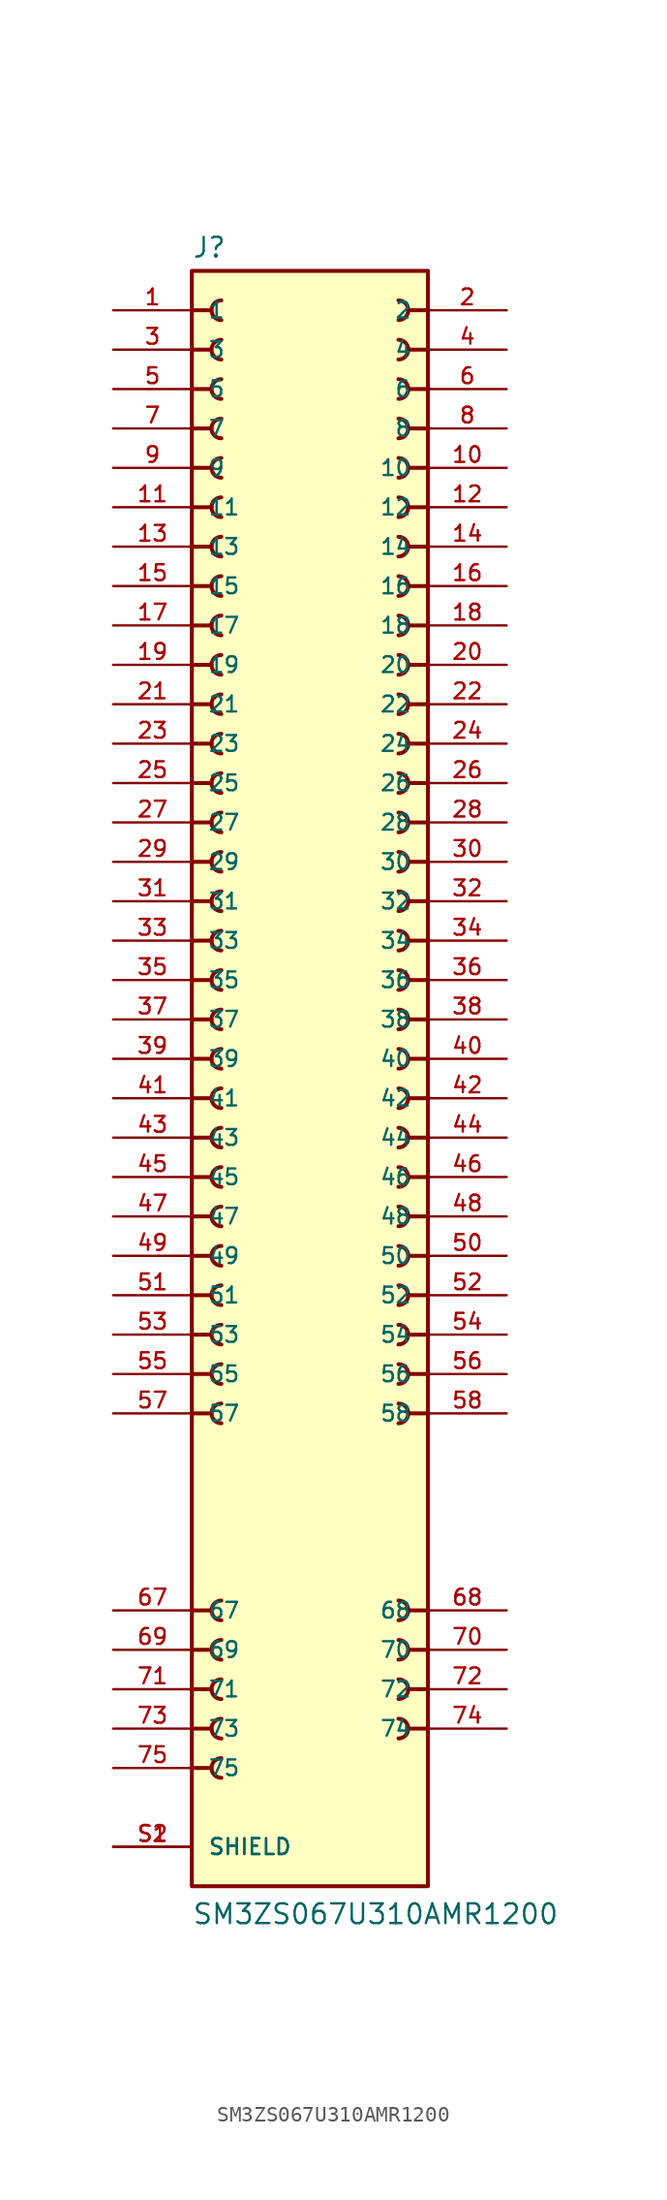
<source format=kicad_sym>
(kicad_symbol_lib
  (version 20220914)
  (generator kicad_symbol_editor)
  (symbol "SM3ZS067U310AMR1200"
    (pin_names
      (offset 1.016))
    (property "Reference" "J"
      (at -7.62 51.562 0)
      (effects (font (size 1.27 1.27)) (justify left bottom)))
    (property "Value" "SM3ZS067U310AMR1200"
      (at -7.62 -55.88 0)
      (effects (font (size 1.27 1.27)) (justify left bottom)))
    (symbol "SM3ZS067U310AMR1200_0_0"
      (rectangle (start -7.62 -53.34) (end 7.62 50.8) (stroke (width 0.254) (type default)) (fill (type background)))
      (arc (start -5.715 -45.085) (mid -6.3473 -45.72) (end -5.715 -46.355) (stroke (width 0.254) (type default)) (fill (type none)))
      (arc (start -5.715 -42.545) (mid -6.3473 -43.18) (end -5.715 -43.815) (stroke (width 0.254) (type default)) (fill (type none)))
      (arc (start -5.715 -40.005) (mid -6.3473 -40.64) (end -5.715 -41.275) (stroke (width 0.254) (type default)) (fill (type none)))
      (arc (start -5.715 -37.465) (mid -6.3473 -38.1) (end -5.715 -38.735) (stroke (width 0.254) (type default)) (fill (type none)))
      (arc (start -5.715 -34.925) (mid -6.3473 -35.56) (end -5.715 -36.195) (stroke (width 0.254) (type default)) (fill (type none)))
      (arc (start -5.715 -22.225) (mid -6.3473 -22.86) (end -5.715 -23.495) (stroke (width 0.254) (type default)) (fill (type none)))
      (arc (start -5.715 -19.685) (mid -6.3473 -20.32) (end -5.715 -20.955) (stroke (width 0.254) (type default)) (fill (type none)))
      (arc (start -5.715 -17.145) (mid -6.3473 -17.78) (end -5.715 -18.415) (stroke (width 0.254) (type default)) (fill (type none)))
      (arc (start -5.715 -14.605) (mid -6.3473 -15.24) (end -5.715 -15.875) (stroke (width 0.254) (type default)) (fill (type none)))
      (arc (start -5.715 -12.065) (mid -6.3473 -12.7) (end -5.715 -13.335) (stroke (width 0.254) (type default)) (fill (type none)))
      (arc (start -5.715 -9.525) (mid -6.3473 -10.16) (end -5.715 -10.795) (stroke (width 0.254) (type default)) (fill (type none)))
      (arc (start -5.715 -6.985) (mid -6.3473 -7.62) (end -5.715 -8.255) (stroke (width 0.254) (type default)) (fill (type none)))
      (arc (start -5.715 -4.445) (mid -6.3473 -5.08) (end -5.715 -5.715) (stroke (width 0.254) (type default)) (fill (type none)))
      (arc (start -5.715 -1.905) (mid -6.3473 -2.54) (end -5.715 -3.175) (stroke (width 0.254) (type default)) (fill (type none)))
      (arc (start -5.715 0.635) (mid -6.3473 0) (end -5.715 -0.635) (stroke (width 0.254) (type default)) (fill (type none)))
      (arc (start -5.715 3.175) (mid -6.3473 2.54) (end -5.715 1.905) (stroke (width 0.254) (type default)) (fill (type none)))
      (arc (start -5.715 5.715) (mid -6.3473 5.08) (end -5.715 4.445) (stroke (width 0.254) (type default)) (fill (type none)))
      (arc (start -5.715 8.255) (mid -6.3473 7.62) (end -5.715 6.985) (stroke (width 0.254) (type default)) (fill (type none)))
      (arc (start -5.715 10.795) (mid -6.3473 10.16) (end -5.715 9.525) (stroke (width 0.254) (type default)) (fill (type none)))
      (arc (start -5.715 13.335) (mid -6.3473 12.7) (end -5.715 12.065) (stroke (width 0.254) (type default)) (fill (type none)))
      (arc (start -5.715 15.875) (mid -6.3473 15.24) (end -5.715 14.605) (stroke (width 0.254) (type default)) (fill (type none)))
      (arc (start -5.715 18.415) (mid -6.3473 17.78) (end -5.715 17.145) (stroke (width 0.254) (type default)) (fill (type none)))
      (arc (start -5.715 20.955) (mid -6.3473 20.32) (end -5.715 19.685) (stroke (width 0.254) (type default)) (fill (type none)))
      (arc (start -5.715 23.495) (mid -6.3473 22.86) (end -5.715 22.225) (stroke (width 0.254) (type default)) (fill (type none)))
      (arc (start -5.715 26.035) (mid -6.3473 25.4) (end -5.715 24.765) (stroke (width 0.254) (type default)) (fill (type none)))
      (arc (start -5.715 28.575) (mid -6.3473 27.94) (end -5.715 27.305) (stroke (width 0.254) (type default)) (fill (type none)))
      (arc (start -5.715 31.115) (mid -6.3473 30.48) (end -5.715 29.845) (stroke (width 0.254) (type default)) (fill (type none)))
      (arc (start -5.715 33.655) (mid -6.3473 33.02) (end -5.715 32.385) (stroke (width 0.254) (type default)) (fill (type none)))
      (arc (start -5.715 36.195) (mid -6.3473 35.56) (end -5.715 34.925) (stroke (width 0.254) (type default)) (fill (type none)))
      (arc (start -5.715 38.735) (mid -6.3473 38.1) (end -5.715 37.465) (stroke (width 0.254) (type default)) (fill (type none)))
      (arc (start -5.715 41.275) (mid -6.3473 40.64) (end -5.715 40.005) (stroke (width 0.254) (type default)) (fill (type none)))
      (arc (start -5.715 43.815) (mid -6.3473 43.18) (end -5.715 42.545) (stroke (width 0.254) (type default)) (fill (type none)))
      (arc (start -5.715 46.355) (mid -6.3473 45.72) (end -5.715 45.085) (stroke (width 0.254) (type default)) (fill (type none)))
      (arc (start -5.715 48.895) (mid -6.3473 48.26) (end -5.715 47.625) (stroke (width 0.254) (type default)) (fill (type none)))
      (polyline (pts (xy -7.62 -45.72) (xy -6.35 -45.72)) (stroke (width 0.254) (type default)) (fill (type none)))
      (polyline (pts (xy -7.62 -43.18) (xy -6.35 -43.18)) (stroke (width 0.254) (type default)) (fill (type none)))
      (polyline (pts (xy -7.62 -40.64) (xy -6.35 -40.64)) (stroke (width 0.254) (type default)) (fill (type none)))
      (polyline (pts (xy -7.62 -38.1) (xy -6.35 -38.1)) (stroke (width 0.254) (type default)) (fill (type none)))
      (polyline (pts (xy -7.62 -35.56) (xy -6.35 -35.56)) (stroke (width 0.254) (type default)) (fill (type none)))
      (polyline (pts (xy -7.62 -22.86) (xy -6.35 -22.86)) (stroke (width 0.254) (type default)) (fill (type none)))
      (polyline (pts (xy -7.62 -20.32) (xy -6.35 -20.32)) (stroke (width 0.254) (type default)) (fill (type none)))
      (polyline (pts (xy -7.62 -17.78) (xy -6.35 -17.78)) (stroke (width 0.254) (type default)) (fill (type none)))
      (polyline (pts (xy -7.62 -15.24) (xy -6.35 -15.24)) (stroke (width 0.254) (type default)) (fill (type none)))
      (polyline (pts (xy -7.62 -12.7) (xy -6.35 -12.7)) (stroke (width 0.254) (type default)) (fill (type none)))
      (polyline (pts (xy -7.62 -10.16) (xy -6.35 -10.16)) (stroke (width 0.254) (type default)) (fill (type none)))
      (polyline (pts (xy -7.62 -7.62) (xy -6.35 -7.62)) (stroke (width 0.254) (type default)) (fill (type none)))
      (polyline (pts (xy -7.62 -5.08) (xy -6.35 -5.08)) (stroke (width 0.254) (type default)) (fill (type none)))
      (polyline (pts (xy -7.62 -2.54) (xy -6.35 -2.54)) (stroke (width 0.254) (type default)) (fill (type none)))
      (polyline (pts (xy -7.62 0) (xy -6.35 0)) (stroke (width 0.254) (type default)) (fill (type none)))
      (polyline (pts (xy -7.62 2.54) (xy -6.35 2.54)) (stroke (width 0.254) (type default)) (fill (type none)))
      (polyline (pts (xy -7.62 5.08) (xy -6.35 5.08)) (stroke (width 0.254) (type default)) (fill (type none)))
      (polyline (pts (xy -7.62 7.62) (xy -6.35 7.62)) (stroke (width 0.254) (type default)) (fill (type none)))
      (polyline (pts (xy -7.62 10.16) (xy -6.35 10.16)) (stroke (width 0.254) (type default)) (fill (type none)))
      (polyline (pts (xy -7.62 12.7) (xy -6.35 12.7)) (stroke (width 0.254) (type default)) (fill (type none)))
      (polyline (pts (xy -7.62 15.24) (xy -6.35 15.24)) (stroke (width 0.254) (type default)) (fill (type none)))
      (polyline (pts (xy -7.62 17.78) (xy -6.35 17.78)) (stroke (width 0.254) (type default)) (fill (type none)))
      (polyline (pts (xy -7.62 20.32) (xy -6.35 20.32)) (stroke (width 0.254) (type default)) (fill (type none)))
      (polyline (pts (xy -7.62 22.86) (xy -6.35 22.86)) (stroke (width 0.254) (type default)) (fill (type none)))
      (polyline (pts (xy -7.62 25.4) (xy -6.35 25.4)) (stroke (width 0.254) (type default)) (fill (type none)))
      (polyline (pts (xy -7.62 27.94) (xy -6.35 27.94)) (stroke (width 0.254) (type default)) (fill (type none)))
      (polyline (pts (xy -7.62 30.48) (xy -6.35 30.48)) (stroke (width 0.254) (type default)) (fill (type none)))
      (polyline (pts (xy -7.62 33.02) (xy -6.35 33.02)) (stroke (width 0.254) (type default)) (fill (type none)))
      (polyline (pts (xy -7.62 35.56) (xy -6.35 35.56)) (stroke (width 0.254) (type default)) (fill (type none)))
      (polyline (pts (xy -7.62 38.1) (xy -6.35 38.1)) (stroke (width 0.254) (type default)) (fill (type none)))
      (polyline (pts (xy -7.62 40.64) (xy -6.35 40.64)) (stroke (width 0.254) (type default)) (fill (type none)))
      (polyline (pts (xy -7.62 43.18) (xy -6.35 43.18)) (stroke (width 0.254) (type default)) (fill (type none)))
      (polyline (pts (xy -7.62 45.72) (xy -6.35 45.72)) (stroke (width 0.254) (type default)) (fill (type none)))
      (polyline (pts (xy -7.62 48.26) (xy -6.35 48.26)) (stroke (width 0.254) (type default)) (fill (type none)))
      (polyline (pts (xy 7.62 -43.18) (xy 6.35 -43.18)) (stroke (width 0.254) (type default)) (fill (type none)))
      (polyline (pts (xy 7.62 -40.64) (xy 6.35 -40.64)) (stroke (width 0.254) (type default)) (fill (type none)))
      (polyline (pts (xy 7.62 -38.1) (xy 6.35 -38.1)) (stroke (width 0.254) (type default)) (fill (type none)))
      (polyline (pts (xy 7.62 -35.56) (xy 6.35 -35.56)) (stroke (width 0.254) (type default)) (fill (type none)))
      (polyline (pts (xy 7.62 -22.86) (xy 6.35 -22.86)) (stroke (width 0.254) (type default)) (fill (type none)))
      (polyline (pts (xy 7.62 -20.32) (xy 6.35 -20.32)) (stroke (width 0.254) (type default)) (fill (type none)))
      (polyline (pts (xy 7.62 -17.78) (xy 6.35 -17.78)) (stroke (width 0.254) (type default)) (fill (type none)))
      (polyline (pts (xy 7.62 -15.24) (xy 6.35 -15.24)) (stroke (width 0.254) (type default)) (fill (type none)))
      (polyline (pts (xy 7.62 -12.7) (xy 6.35 -12.7)) (stroke (width 0.254) (type default)) (fill (type none)))
      (polyline (pts (xy 7.62 -10.16) (xy 6.35 -10.16)) (stroke (width 0.254) (type default)) (fill (type none)))
      (polyline (pts (xy 7.62 -7.62) (xy 6.35 -7.62)) (stroke (width 0.254) (type default)) (fill (type none)))
      (polyline (pts (xy 7.62 -5.08) (xy 6.35 -5.08)) (stroke (width 0.254) (type default)) (fill (type none)))
      (polyline (pts (xy 7.62 -2.54) (xy 6.35 -2.54)) (stroke (width 0.254) (type default)) (fill (type none)))
      (polyline (pts (xy 7.62 0) (xy 6.35 0)) (stroke (width 0.254) (type default)) (fill (type none)))
      (polyline (pts (xy 7.62 2.54) (xy 6.35 2.54)) (stroke (width 0.254) (type default)) (fill (type none)))
      (polyline (pts (xy 7.62 5.08) (xy 6.35 5.08)) (stroke (width 0.254) (type default)) (fill (type none)))
      (polyline (pts (xy 7.62 7.62) (xy 6.35 7.62)) (stroke (width 0.254) (type default)) (fill (type none)))
      (polyline (pts (xy 7.62 10.16) (xy 6.35 10.16)) (stroke (width 0.254) (type default)) (fill (type none)))
      (polyline (pts (xy 7.62 12.7) (xy 6.35 12.7)) (stroke (width 0.254) (type default)) (fill (type none)))
      (polyline (pts (xy 7.62 15.24) (xy 6.35 15.24)) (stroke (width 0.254) (type default)) (fill (type none)))
      (polyline (pts (xy 7.62 17.78) (xy 6.35 17.78)) (stroke (width 0.254) (type default)) (fill (type none)))
      (polyline (pts (xy 7.62 20.32) (xy 6.35 20.32)) (stroke (width 0.254) (type default)) (fill (type none)))
      (polyline (pts (xy 7.62 22.86) (xy 6.35 22.86)) (stroke (width 0.254) (type default)) (fill (type none)))
      (polyline (pts (xy 7.62 25.4) (xy 6.35 25.4)) (stroke (width 0.254) (type default)) (fill (type none)))
      (polyline (pts (xy 7.62 27.94) (xy 6.35 27.94)) (stroke (width 0.254) (type default)) (fill (type none)))
      (polyline (pts (xy 7.62 30.48) (xy 6.35 30.48)) (stroke (width 0.254) (type default)) (fill (type none)))
      (polyline (pts (xy 7.62 33.02) (xy 6.35 33.02)) (stroke (width 0.254) (type default)) (fill (type none)))
      (polyline (pts (xy 7.62 35.56) (xy 6.35 35.56)) (stroke (width 0.254) (type default)) (fill (type none)))
      (polyline (pts (xy 7.62 38.1) (xy 6.35 38.1)) (stroke (width 0.254) (type default)) (fill (type none)))
      (polyline (pts (xy 7.62 40.64) (xy 6.35 40.64)) (stroke (width 0.254) (type default)) (fill (type none)))
      (polyline (pts (xy 7.62 43.18) (xy 6.35 43.18)) (stroke (width 0.254) (type default)) (fill (type none)))
      (polyline (pts (xy 7.62 45.72) (xy 6.35 45.72)) (stroke (width 0.254) (type default)) (fill (type none)))
      (polyline (pts (xy 7.62 48.26) (xy 6.35 48.26)) (stroke (width 0.254) (type default)) (fill (type none)))
      (arc (start 5.715 -43.815) (mid 6.3473 -43.18) (end 5.715 -42.545) (stroke (width 0.254) (type default)) (fill (type none)))
      (arc (start 5.715 -41.275) (mid 6.3473 -40.64) (end 5.715 -40.005) (stroke (width 0.254) (type default)) (fill (type none)))
      (arc (start 5.715 -38.735) (mid 6.3473 -38.1) (end 5.715 -37.465) (stroke (width 0.254) (type default)) (fill (type none)))
      (arc (start 5.715 -36.195) (mid 6.3473 -35.56) (end 5.715 -34.925) (stroke (width 0.254) (type default)) (fill (type none)))
      (arc (start 5.715 -23.495) (mid 6.3473 -22.86) (end 5.715 -22.225) (stroke (width 0.254) (type default)) (fill (type none)))
      (arc (start 5.715 -20.955) (mid 6.3473 -20.32) (end 5.715 -19.685) (stroke (width 0.254) (type default)) (fill (type none)))
      (arc (start 5.715 -18.415) (mid 6.3473 -17.78) (end 5.715 -17.145) (stroke (width 0.254) (type default)) (fill (type none)))
      (arc (start 5.715 -15.875) (mid 6.3473 -15.24) (end 5.715 -14.605) (stroke (width 0.254) (type default)) (fill (type none)))
      (arc (start 5.715 -13.335) (mid 6.3473 -12.7) (end 5.715 -12.065) (stroke (width 0.254) (type default)) (fill (type none)))
      (arc (start 5.715 -10.795) (mid 6.3473 -10.16) (end 5.715 -9.525) (stroke (width 0.254) (type default)) (fill (type none)))
      (arc (start 5.715 -8.255) (mid 6.3473 -7.62) (end 5.715 -6.985) (stroke (width 0.254) (type default)) (fill (type none)))
      (arc (start 5.715 -5.715) (mid 6.3473 -5.08) (end 5.715 -4.445) (stroke (width 0.254) (type default)) (fill (type none)))
      (arc (start 5.715 -3.175) (mid 6.3473 -2.54) (end 5.715 -1.905) (stroke (width 0.254) (type default)) (fill (type none)))
      (arc (start 5.715 -0.635) (mid 6.3473 0) (end 5.715 0.635) (stroke (width 0.254) (type default)) (fill (type none)))
      (arc (start 5.715 1.905) (mid 6.3473 2.54) (end 5.715 3.175) (stroke (width 0.254) (type default)) (fill (type none)))
      (arc (start 5.715 4.445) (mid 6.3473 5.08) (end 5.715 5.715) (stroke (width 0.254) (type default)) (fill (type none)))
      (arc (start 5.715 6.985) (mid 6.3473 7.62) (end 5.715 8.255) (stroke (width 0.254) (type default)) (fill (type none)))
      (arc (start 5.715 9.525) (mid 6.3473 10.16) (end 5.715 10.795) (stroke (width 0.254) (type default)) (fill (type none)))
      (arc (start 5.715 12.065) (mid 6.3473 12.7) (end 5.715 13.335) (stroke (width 0.254) (type default)) (fill (type none)))
      (arc (start 5.715 14.605) (mid 6.3473 15.24) (end 5.715 15.875) (stroke (width 0.254) (type default)) (fill (type none)))
      (arc (start 5.715 17.145) (mid 6.3473 17.78) (end 5.715 18.415) (stroke (width 0.254) (type default)) (fill (type none)))
      (arc (start 5.715 19.685) (mid 6.3473 20.32) (end 5.715 20.955) (stroke (width 0.254) (type default)) (fill (type none)))
      (arc (start 5.715 22.225) (mid 6.3473 22.86) (end 5.715 23.495) (stroke (width 0.254) (type default)) (fill (type none)))
      (arc (start 5.715 24.765) (mid 6.3473 25.4) (end 5.715 26.035) (stroke (width 0.254) (type default)) (fill (type none)))
      (arc (start 5.715 27.305) (mid 6.3473 27.94) (end 5.715 28.575) (stroke (width 0.254) (type default)) (fill (type none)))
      (arc (start 5.715 29.845) (mid 6.3473 30.48) (end 5.715 31.115) (stroke (width 0.254) (type default)) (fill (type none)))
      (arc (start 5.715 32.385) (mid 6.3473 33.02) (end 5.715 33.655) (stroke (width 0.254) (type default)) (fill (type none)))
      (arc (start 5.715 34.925) (mid 6.3473 35.56) (end 5.715 36.195) (stroke (width 0.254) (type default)) (fill (type none)))
      (arc (start 5.715 37.465) (mid 6.3473 38.1) (end 5.715 38.735) (stroke (width 0.254) (type default)) (fill (type none)))
      (arc (start 5.715 40.005) (mid 6.3473 40.64) (end 5.715 41.275) (stroke (width 0.254) (type default)) (fill (type none)))
      (arc (start 5.715 42.545) (mid 6.3473 43.18) (end 5.715 43.815) (stroke (width 0.254) (type default)) (fill (type none)))
      (arc (start 5.715 45.085) (mid 6.3473 45.72) (end 5.715 46.355) (stroke (width 0.254) (type default)) (fill (type none)))
      (arc (start 5.715 47.625) (mid 6.3473 48.26) (end 5.715 48.895) (stroke (width 0.254) (type default)) (fill (type none)))
      (pin passive line (at -12.7 48.26 0) (length 5.08) (name "1" (effects (font (size 1.016 1.016)))) (number "1" (effects (font (size 1.016 1.016)))))
      (pin passive line (at 12.7 38.1 180) (length 5.08) (name "10" (effects (font (size 1.016 1.016)))) (number "10" (effects (font (size 1.016 1.016)))))
      (pin passive line (at -12.7 35.56 0) (length 5.08) (name "11" (effects (font (size 1.016 1.016)))) (number "11" (effects (font (size 1.016 1.016)))))
      (pin passive line (at 12.7 35.56 180) (length 5.08) (name "12" (effects (font (size 1.016 1.016)))) (number "12" (effects (font (size 1.016 1.016)))))
      (pin passive line (at -12.7 33.02 0) (length 5.08) (name "13" (effects (font (size 1.016 1.016)))) (number "13" (effects (font (size 1.016 1.016)))))
      (pin passive line (at 12.7 33.02 180) (length 5.08) (name "14" (effects (font (size 1.016 1.016)))) (number "14" (effects (font (size 1.016 1.016)))))
      (pin passive line (at -12.7 30.48 0) (length 5.08) (name "15" (effects (font (size 1.016 1.016)))) (number "15" (effects (font (size 1.016 1.016)))))
      (pin passive line (at 12.7 30.48 180) (length 5.08) (name "16" (effects (font (size 1.016 1.016)))) (number "16" (effects (font (size 1.016 1.016)))))
      (pin passive line (at -12.7 27.94 0) (length 5.08) (name "17" (effects (font (size 1.016 1.016)))) (number "17" (effects (font (size 1.016 1.016)))))
      (pin passive line (at 12.7 27.94 180) (length 5.08) (name "18" (effects (font (size 1.016 1.016)))) (number "18" (effects (font (size 1.016 1.016)))))
      (pin passive line (at -12.7 25.4 0) (length 5.08) (name "19" (effects (font (size 1.016 1.016)))) (number "19" (effects (font (size 1.016 1.016)))))
      (pin passive line (at 12.7 48.26 180) (length 5.08) (name "2" (effects (font (size 1.016 1.016)))) (number "2" (effects (font (size 1.016 1.016)))))
      (pin passive line (at 12.7 25.4 180) (length 5.08) (name "20" (effects (font (size 1.016 1.016)))) (number "20" (effects (font (size 1.016 1.016)))))
      (pin passive line (at -12.7 22.86 0) (length 5.08) (name "21" (effects (font (size 1.016 1.016)))) (number "21" (effects (font (size 1.016 1.016)))))
      (pin passive line (at 12.7 22.86 180) (length 5.08) (name "22" (effects (font (size 1.016 1.016)))) (number "22" (effects (font (size 1.016 1.016)))))
      (pin passive line (at -12.7 20.32 0) (length 5.08) (name "23" (effects (font (size 1.016 1.016)))) (number "23" (effects (font (size 1.016 1.016)))))
      (pin passive line (at 12.7 20.32 180) (length 5.08) (name "24" (effects (font (size 1.016 1.016)))) (number "24" (effects (font (size 1.016 1.016)))))
      (pin passive line (at -12.7 17.78 0) (length 5.08) (name "25" (effects (font (size 1.016 1.016)))) (number "25" (effects (font (size 1.016 1.016)))))
      (pin passive line (at 12.7 17.78 180) (length 5.08) (name "26" (effects (font (size 1.016 1.016)))) (number "26" (effects (font (size 1.016 1.016)))))
      (pin passive line (at -12.7 15.24 0) (length 5.08) (name "27" (effects (font (size 1.016 1.016)))) (number "27" (effects (font (size 1.016 1.016)))))
      (pin passive line (at 12.7 15.24 180) (length 5.08) (name "28" (effects (font (size 1.016 1.016)))) (number "28" (effects (font (size 1.016 1.016)))))
      (pin passive line (at -12.7 12.7 0) (length 5.08) (name "29" (effects (font (size 1.016 1.016)))) (number "29" (effects (font (size 1.016 1.016)))))
      (pin passive line (at -12.7 45.72 0) (length 5.08) (name "3" (effects (font (size 1.016 1.016)))) (number "3" (effects (font (size 1.016 1.016)))))
      (pin passive line (at 12.7 12.7 180) (length 5.08) (name "30" (effects (font (size 1.016 1.016)))) (number "30" (effects (font (size 1.016 1.016)))))
      (pin passive line (at -12.7 10.16 0) (length 5.08) (name "31" (effects (font (size 1.016 1.016)))) (number "31" (effects (font (size 1.016 1.016)))))
      (pin passive line (at 12.7 10.16 180) (length 5.08) (name "32" (effects (font (size 1.016 1.016)))) (number "32" (effects (font (size 1.016 1.016)))))
      (pin passive line (at -12.7 7.62 0) (length 5.08) (name "33" (effects (font (size 1.016 1.016)))) (number "33" (effects (font (size 1.016 1.016)))))
      (pin passive line (at 12.7 7.62 180) (length 5.08) (name "34" (effects (font (size 1.016 1.016)))) (number "34" (effects (font (size 1.016 1.016)))))
      (pin passive line (at -12.7 5.08 0) (length 5.08) (name "35" (effects (font (size 1.016 1.016)))) (number "35" (effects (font (size 1.016 1.016)))))
      (pin passive line (at 12.7 5.08 180) (length 5.08) (name "36" (effects (font (size 1.016 1.016)))) (number "36" (effects (font (size 1.016 1.016)))))
      (pin passive line (at -12.7 2.54 0) (length 5.08) (name "37" (effects (font (size 1.016 1.016)))) (number "37" (effects (font (size 1.016 1.016)))))
      (pin passive line (at 12.7 2.54 180) (length 5.08) (name "38" (effects (font (size 1.016 1.016)))) (number "38" (effects (font (size 1.016 1.016)))))
      (pin passive line (at -12.7 0 0) (length 5.08) (name "39" (effects (font (size 1.016 1.016)))) (number "39" (effects (font (size 1.016 1.016)))))
      (pin passive line (at 12.7 45.72 180) (length 5.08) (name "4" (effects (font (size 1.016 1.016)))) (number "4" (effects (font (size 1.016 1.016)))))
      (pin passive line (at 12.7 0 180) (length 5.08) (name "40" (effects (font (size 1.016 1.016)))) (number "40" (effects (font (size 1.016 1.016)))))
      (pin passive line (at -12.7 -2.54 0) (length 5.08) (name "41" (effects (font (size 1.016 1.016)))) (number "41" (effects (font (size 1.016 1.016)))))
      (pin passive line (at 12.7 -2.54 180) (length 5.08) (name "42" (effects (font (size 1.016 1.016)))) (number "42" (effects (font (size 1.016 1.016)))))
      (pin passive line (at -12.7 -5.08 0) (length 5.08) (name "43" (effects (font (size 1.016 1.016)))) (number "43" (effects (font (size 1.016 1.016)))))
      (pin passive line (at 12.7 -5.08 180) (length 5.08) (name "44" (effects (font (size 1.016 1.016)))) (number "44" (effects (font (size 1.016 1.016)))))
      (pin passive line (at -12.7 -7.62 0) (length 5.08) (name "45" (effects (font (size 1.016 1.016)))) (number "45" (effects (font (size 1.016 1.016)))))
      (pin passive line (at 12.7 -7.62 180) (length 5.08) (name "46" (effects (font (size 1.016 1.016)))) (number "46" (effects (font (size 1.016 1.016)))))
      (pin passive line (at -12.7 -10.16 0) (length 5.08) (name "47" (effects (font (size 1.016 1.016)))) (number "47" (effects (font (size 1.016 1.016)))))
      (pin passive line (at 12.7 -10.16 180) (length 5.08) (name "48" (effects (font (size 1.016 1.016)))) (number "48" (effects (font (size 1.016 1.016)))))
      (pin passive line (at -12.7 -12.7 0) (length 5.08) (name "49" (effects (font (size 1.016 1.016)))) (number "49" (effects (font (size 1.016 1.016)))))
      (pin passive line (at -12.7 43.18 0) (length 5.08) (name "5" (effects (font (size 1.016 1.016)))) (number "5" (effects (font (size 1.016 1.016)))))
      (pin passive line (at 12.7 -12.7 180) (length 5.08) (name "50" (effects (font (size 1.016 1.016)))) (number "50" (effects (font (size 1.016 1.016)))))
      (pin passive line (at -12.7 -15.24 0) (length 5.08) (name "51" (effects (font (size 1.016 1.016)))) (number "51" (effects (font (size 1.016 1.016)))))
      (pin passive line (at 12.7 -15.24 180) (length 5.08) (name "52" (effects (font (size 1.016 1.016)))) (number "52" (effects (font (size 1.016 1.016)))))
      (pin passive line (at -12.7 -17.78 0) (length 5.08) (name "53" (effects (font (size 1.016 1.016)))) (number "53" (effects (font (size 1.016 1.016)))))
      (pin passive line (at 12.7 -17.78 180) (length 5.08) (name "54" (effects (font (size 1.016 1.016)))) (number "54" (effects (font (size 1.016 1.016)))))
      (pin passive line (at -12.7 -20.32 0) (length 5.08) (name "55" (effects (font (size 1.016 1.016)))) (number "55" (effects (font (size 1.016 1.016)))))
      (pin passive line (at 12.7 -20.32 180) (length 5.08) (name "56" (effects (font (size 1.016 1.016)))) (number "56" (effects (font (size 1.016 1.016)))))
      (pin passive line (at -12.7 -22.86 0) (length 5.08) (name "57" (effects (font (size 1.016 1.016)))) (number "57" (effects (font (size 1.016 1.016)))))
      (pin passive line (at 12.7 -22.86 180) (length 5.08) (name "58" (effects (font (size 1.016 1.016)))) (number "58" (effects (font (size 1.016 1.016)))))
      (pin passive line (at 12.7 43.18 180) (length 5.08) (name "6" (effects (font (size 1.016 1.016)))) (number "6" (effects (font (size 1.016 1.016)))))
      (pin passive line (at -12.7 -35.56 0) (length 5.08) (name "67" (effects (font (size 1.016 1.016)))) (number "67" (effects (font (size 1.016 1.016)))))
      (pin passive line (at 12.7 -35.56 180) (length 5.08) (name "68" (effects (font (size 1.016 1.016)))) (number "68" (effects (font (size 1.016 1.016)))))
      (pin passive line (at -12.7 -38.1 0) (length 5.08) (name "69" (effects (font (size 1.016 1.016)))) (number "69" (effects (font (size 1.016 1.016)))))
      (pin passive line (at -12.7 40.64 0) (length 5.08) (name "7" (effects (font (size 1.016 1.016)))) (number "7" (effects (font (size 1.016 1.016)))))
      (pin passive line (at 12.7 -38.1 180) (length 5.08) (name "70" (effects (font (size 1.016 1.016)))) (number "70" (effects (font (size 1.016 1.016)))))
      (pin passive line (at -12.7 -40.64 0) (length 5.08) (name "71" (effects (font (size 1.016 1.016)))) (number "71" (effects (font (size 1.016 1.016)))))
      (pin passive line (at 12.7 -40.64 180) (length 5.08) (name "72" (effects (font (size 1.016 1.016)))) (number "72" (effects (font (size 1.016 1.016)))))
      (pin passive line (at -12.7 -43.18 0) (length 5.08) (name "73" (effects (font (size 1.016 1.016)))) (number "73" (effects (font (size 1.016 1.016)))))
      (pin passive line (at 12.7 -43.18 180) (length 5.08) (name "74" (effects (font (size 1.016 1.016)))) (number "74" (effects (font (size 1.016 1.016)))))
      (pin passive line (at -12.7 -45.72 0) (length 5.08) (name "75" (effects (font (size 1.016 1.016)))) (number "75" (effects (font (size 1.016 1.016)))))
      (pin passive line (at 12.7 40.64 180) (length 5.08) (name "8" (effects (font (size 1.016 1.016)))) (number "8" (effects (font (size 1.016 1.016)))))
      (pin passive line (at -12.7 38.1 0) (length 5.08) (name "9" (effects (font (size 1.016 1.016)))) (number "9" (effects (font (size 1.016 1.016)))))
      (pin passive line (at -12.7 -50.8 0) (length 5.08) (name "SHIELD" (effects (font (size 1.016 1.016)))) (number "S1" (effects (font (size 1.016 1.016)))))
      (pin passive line (at -12.7 -50.8 0) (length 5.08) (name "SHIELD" (effects (font (size 1.016 1.016)))) (number "S2" (effects (font (size 1.016 1.016))))))))
</source>
